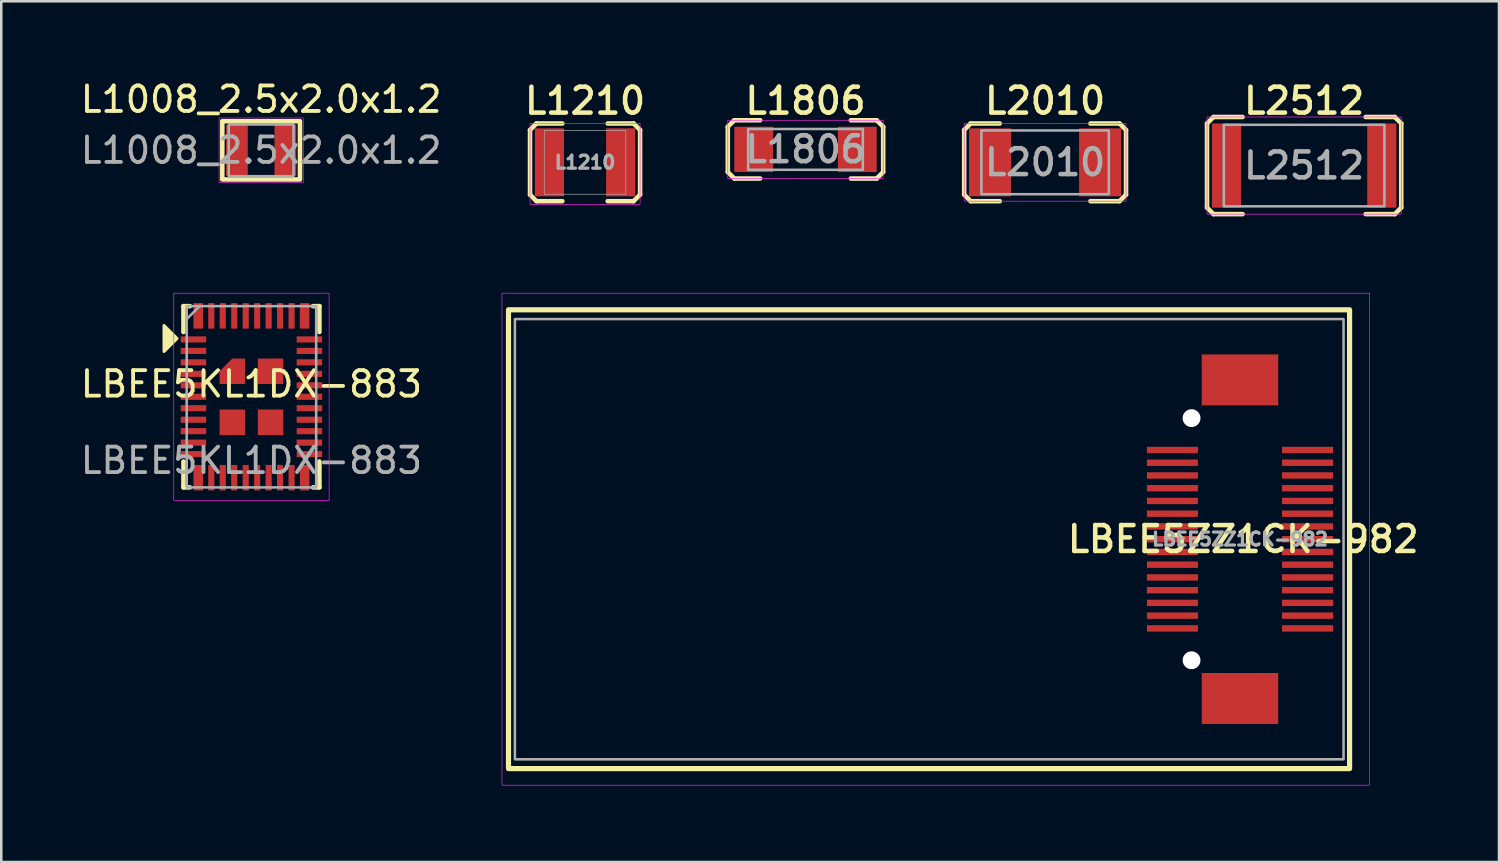
<source format=kicad_pcb>
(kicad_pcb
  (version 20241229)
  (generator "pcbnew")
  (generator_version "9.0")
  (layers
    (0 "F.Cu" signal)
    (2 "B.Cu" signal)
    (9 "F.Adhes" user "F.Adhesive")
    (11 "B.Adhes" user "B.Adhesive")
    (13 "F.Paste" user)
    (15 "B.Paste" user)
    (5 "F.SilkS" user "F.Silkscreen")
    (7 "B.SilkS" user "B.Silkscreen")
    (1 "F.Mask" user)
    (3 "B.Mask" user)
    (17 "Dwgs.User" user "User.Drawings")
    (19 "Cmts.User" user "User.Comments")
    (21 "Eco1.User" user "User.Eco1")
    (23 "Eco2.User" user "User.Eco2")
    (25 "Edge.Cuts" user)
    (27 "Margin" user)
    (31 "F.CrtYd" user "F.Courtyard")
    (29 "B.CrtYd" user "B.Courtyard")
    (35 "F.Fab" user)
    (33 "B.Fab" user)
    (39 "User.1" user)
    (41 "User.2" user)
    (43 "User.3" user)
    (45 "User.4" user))
  (footprint "L1008_2.5x2.0x1.2"
    (layer "F.Cu")
    (at 7.196 2.848)
    (property "Reference" "L1008_2.5x2.0x1.2" (at 0 -2 0) (unlocked yes) (layer "F.SilkS") (effects (font (size 1 1) (thickness 0.15))))
    (attr smd)
    (fp_rect (start -1.524 -1.143) (end 1.524 1.143) (stroke (width 0.178) (type solid)) (fill no) (layer "F.SilkS"))
    (fp_rect (start -1.651 -1.27) (end 1.651 1.27) (stroke (width 0.025) (type solid)) (fill no) (layer "F.CrtYd"))
    (fp_rect (start -1.27 -1.016) (end 1.27 1.016) (stroke (width 0.1) (type solid)) (fill no) (layer "F.Fab"))
    (fp_text user "${REFERENCE}" (at 0 0 0) (unlocked yes) (layer "F.Fab") (effects (font (size 1 1) (thickness 0.15))))
    (pad "1" smd rect (at -0.95 0) (size 0.85 2) (layers "F.Cu" "F.Mask" "F.Paste"))
    (pad "2" smd rect (at 0.95 0) (size 0.85 2) (layers "F.Cu" "F.Mask" "F.Paste")))
  (footprint "L2010"
    (layer "F.Cu")
    (at 37.954 3.319)
    (property "Reference" "L2010" (at 0 -2.413 0) (unlocked yes) (layer "F.SilkS") (effects (font (size 1.016 1.016) (thickness 0.178))))
    (attr smd)
    (fp_line (start -3.175 -1.27) (end -2.921 -1.524) (stroke (width 0.178) (type solid)) (layer "F.SilkS"))
    (fp_line (start -3.175 1.27) (end -3.175 -1.27) (stroke (width 0.178) (type solid)) (layer "F.SilkS"))
    (fp_line (start -2.921 -1.524) (end -1.778 -1.524) (stroke (width 0.178) (type solid)) (layer "F.SilkS"))
    (fp_line (start -2.921 1.524) (end -3.175 1.27) (stroke (width 0.178) (type solid)) (layer "F.SilkS"))
    (fp_line (start -2.921 1.524) (end -1.778 1.524) (stroke (width 0.178) (type solid)) (layer "F.SilkS"))
    (fp_line (start 1.778 -1.524) (end 2.921 -1.524) (stroke (width 0.178) (type solid)) (layer "F.SilkS"))
    (fp_line (start 1.778 1.524) (end 2.921 1.524) (stroke (width 0.178) (type solid)) (layer "F.SilkS"))
    (fp_line (start 2.921 -1.524) (end 3.175 -1.27) (stroke (width 0.178) (type solid)) (layer "F.SilkS"))
    (fp_line (start 2.921 1.524) (end 3.175 1.27) (stroke (width 0.178) (type solid)) (layer "F.SilkS"))
    (fp_line (start 3.175 1.27) (end 3.175 -1.27) (stroke (width 0.178) (type solid)) (layer "F.SilkS"))
    (fp_rect (start -3.175 -1.524) (end 3.175 1.524) (stroke (width 0.025) (type solid)) (fill no) (layer "F.CrtYd"))
    (fp_rect (start -2.5 -1.25) (end 2.5 1.25) (stroke (width 0.1) (type solid)) (fill no) (layer "F.Fab"))
    (fp_text user "${REFERENCE}" (at 0 0 0) (unlocked yes) (layer "F.Fab") (effects (font (size 1.016 1.016) (thickness 0.178))))
    (pad "1" smd rect (at -2.159 0) (size 1.651 2.667) (layers "F.Cu" "F.Mask" "F.Paste"))
    (pad "2" smd rect (at 2.159 0) (size 1.651 2.667) (layers "F.Cu" "F.Mask" "F.Paste")))
  (footprint "L2512"
    (layer "F.Cu")
    (at 48.117 3.446)
    (property "Reference" "L2512" (at 0 -2.54 0) (unlocked yes) (layer "F.SilkS") (effects (font (size 1.016 1.016) (thickness 0.178))))
    (attr smd)
    (fp_line (start -3.81 -1.651) (end -3.556 -1.905) (stroke (width 0.178) (type solid)) (layer "F.SilkS"))
    (fp_line (start -3.81 1.651) (end -3.81 -1.651) (stroke (width 0.178) (type solid)) (layer "F.SilkS"))
    (fp_line (start -3.556 -1.905) (end -2.413 -1.905) (stroke (width 0.178) (type solid)) (layer "F.SilkS"))
    (fp_line (start -3.556 1.905) (end -2.413 1.905) (stroke (width 0.178) (type solid)) (layer "F.SilkS"))
    (fp_line (start -3.556 1.905) (end -3.81 1.651) (stroke (width 0.178) (type solid)) (layer "F.SilkS"))
    (fp_line (start 2.413 -1.905) (end 3.556 -1.905) (stroke (width 0.178) (type solid)) (layer "F.SilkS"))
    (fp_line (start 2.413 1.905) (end 3.556 1.905) (stroke (width 0.178) (type solid)) (layer "F.SilkS"))
    (fp_line (start 3.556 -1.905) (end 3.81 -1.651) (stroke (width 0.178) (type solid)) (layer "F.SilkS"))
    (fp_line (start 3.556 1.905) (end 3.81 1.651) (stroke (width 0.178) (type solid)) (layer "F.SilkS"))
    (fp_line (start 3.81 1.651) (end 3.81 -1.651) (stroke (width 0.178) (type solid)) (layer "F.SilkS"))
    (fp_rect (start -3.81 1.905) (end 3.81 -1.905) (stroke (width 0.025) (type solid)) (fill no) (layer "F.CrtYd"))
    (fp_rect (start -3.15 -1.6) (end 3.15 1.6) (stroke (width 0.1) (type solid)) (fill no) (layer "F.Fab"))
    (fp_text user "${REFERENCE}" (at 0 0 0) (unlocked yes) (layer "F.Fab") (effects (font (size 1.016 1.016) (thickness 0.178))))
    (pad "1" smd rect (at -3.048 0) (size 1.143 3.302) (layers "F.Cu" "F.Mask" "F.Paste"))
    (pad "2" smd rect (at 3.048 0) (size 1.143 3.302) (layers "F.Cu" "F.Mask" "F.Paste")))
  (footprint "L1210"
    (layer "F.Cu")
    (at 19.904 3.319)
    (property "Reference" "L1210" (at 0 -2.413 0) (layer "F.SilkS") (effects (font (size 1.016 1.016) (thickness 0.178))))
    (attr smd)
    (fp_line (start -2.159 -1.27) (end -1.905 -1.524) (stroke (width 0.178) (type solid)) (layer "F.SilkS"))
    (fp_line (start -2.159 1.27) (end -2.159 -1.27) (stroke (width 0.178) (type solid)) (layer "F.SilkS"))
    (fp_line (start -1.905 -1.524) (end -0.889 -1.524) (stroke (width 0.178) (type solid)) (layer "F.SilkS"))
    (fp_line (start -1.905 1.524) (end -2.159 1.27) (stroke (width 0.178) (type solid)) (layer "F.SilkS"))
    (fp_line (start -1.905 1.524) (end -0.889 1.524) (stroke (width 0.178) (type solid)) (layer "F.SilkS"))
    (fp_line (start 0.889 -1.524) (end 1.905 -1.524) (stroke (width 0.178) (type solid)) (layer "F.SilkS"))
    (fp_line (start 0.889 1.524) (end 1.905 1.524) (stroke (width 0.178) (type solid)) (layer "F.SilkS"))
    (fp_line (start 1.905 -1.524) (end 2.159 -1.27) (stroke (width 0.178) (type solid)) (layer "F.SilkS"))
    (fp_line (start 1.905 1.524) (end 2.159 1.27) (stroke (width 0.178) (type solid)) (layer "F.SilkS"))
    (fp_line (start 2.159 1.27) (end 2.159 -1.27) (stroke (width 0.178) (type solid)) (layer "F.SilkS"))
    (fp_rect (start -2.159 -1.524) (end 2.159 1.651) (stroke (width 0.025) (type solid)) (fill no) (layer "F.CrtYd"))
    (fp_rect (start -1.6 -1.25) (end 1.6 1.25) (stroke (width 0.025) (type solid)) (fill no) (layer "F.Fab"))
    (fp_text user "${REFERENCE}" (at 0 0 0) (layer "F.Fab") (effects (font (size 0.508 0.508) (thickness 0.127))))
    (pad "1" smd rect (at -1.397 0) (size 1.143 2.667) (layers "F.Cu" "F.Mask" "F.Paste"))
    (pad "2" smd rect (at 1.397 0) (size 1.143 2.667) (layers "F.Cu" "F.Mask" "F.Paste")))
  (footprint "L1806"
    (layer "F.Cu")
    (at 28.553 2.811)
    (property "Reference" "L1806" (at 0 -1.905 0) (unlocked yes) (layer "F.SilkS") (effects (font (size 1.016 1.016) (thickness 0.178))))
    (attr smd)
    (fp_line (start -3.048 -0.889) (end -2.794 -1.143) (stroke (width 0.178) (type solid)) (layer "F.SilkS"))
    (fp_line (start -3.048 0.889) (end -3.048 -0.889) (stroke (width 0.178) (type solid)) (layer "F.SilkS"))
    (fp_line (start -2.794 -1.143) (end -1.778 -1.143) (stroke (width 0.178) (type solid)) (layer "F.SilkS"))
    (fp_line (start -2.794 1.143) (end -3.048 0.889) (stroke (width 0.178) (type solid)) (layer "F.SilkS"))
    (fp_line (start -2.794 1.143) (end -1.778 1.143) (stroke (width 0.178) (type solid)) (layer "F.SilkS"))
    (fp_line (start 1.778 -1.143) (end 2.794 -1.143) (stroke (width 0.178) (type solid)) (layer "F.SilkS"))
    (fp_line (start 1.778 1.143) (end 2.794 1.143) (stroke (width 0.178) (type solid)) (layer "F.SilkS"))
    (fp_line (start 2.794 -1.143) (end 3.048 -0.889) (stroke (width 0.178) (type solid)) (layer "F.SilkS"))
    (fp_line (start 2.794 1.143) (end 3.048 0.889) (stroke (width 0.178) (type solid)) (layer "F.SilkS"))
    (fp_line (start 3.048 0.889) (end 3.048 -0.889) (stroke (width 0.178) (type solid)) (layer "F.SilkS"))
    (fp_rect (start -3.048 -1.143) (end 3.048 1.143) (stroke (width 0.025) (type solid)) (fill no) (layer "F.CrtYd"))
    (fp_rect (start -2.25 -0.8) (end 2.25 0.8) (stroke (width 0.1) (type solid)) (fill no) (layer "F.Fab"))
    (fp_text user "${REFERENCE}" (at 0 0 0) (unlocked yes) (layer "F.Fab") (effects (font (size 1.016 1.016) (thickness 0.178))))
    (pad "1" smd rect (at -2.032 0) (size 1.524 1.778) (layers "F.Cu" "F.Mask" "F.Paste"))
    (pad "2" smd rect (at 2.032 0) (size 1.524 1.778) (layers "F.Cu" "F.Mask" "F.Paste")))
  (footprint "LBEE5KL1DX-883"
    (layer "F.Cu")
    (at 6.815 12.517)
    (property "Reference" "LBEE5KL1DX-883" (at 0 -0.5 0) (unlocked yes) (layer "F.SilkS") (effects (font (size 1 1) (thickness 0.15))))
    (attr smd)
    (fp_line (start -2.667 -3.556) (end -2.413 -3.556) (stroke (width 0.178) (type solid)) (layer "F.SilkS"))
    (fp_line (start -2.667 -2.54) (end -2.667 -3.556) (stroke (width 0.178) (type solid)) (layer "F.SilkS"))
    (fp_line (start -2.667 2.54) (end -2.667 3.556) (stroke (width 0.178) (type solid)) (layer "F.SilkS"))
    (fp_line (start -2.667 3.556) (end -2.413 3.556) (stroke (width 0.178) (type solid)) (layer "F.SilkS"))
    (fp_line (start 2.413 3.556) (end 2.667 3.556) (stroke (width 0.178) (type solid)) (layer "F.SilkS"))
    (fp_line (start 2.667 -3.556) (end 2.413 -3.556) (stroke (width 0.178) (type solid)) (layer "F.SilkS"))
    (fp_line (start 2.667 -2.54) (end 2.667 -3.556) (stroke (width 0.178) (type solid)) (layer "F.SilkS"))
    (fp_line (start 2.667 3.556) (end 2.667 2.54) (stroke (width 0.178) (type solid)) (layer "F.SilkS"))
    (fp_poly (pts (xy -2.921 -2.286) (xy -3.429 -1.778) (xy -3.429 -2.794)) (stroke (width 0.12) (type solid)) (fill yes) (layer "F.SilkS"))
    (fp_rect (start -3.048 4.064) (end 3.048 -4.064) (stroke (width 0.025) (type solid)) (fill no) (layer "F.CrtYd"))
    (fp_line (start -2.54 -3.048) (end -2.032 -3.556) (stroke (width 0.1) (type solid)) (layer "F.Fab"))
    (fp_rect (start -2.54 -3.556) (end 2.54 3.556) (stroke (width 0.1) (type solid)) (fill no) (layer "F.Fab"))
    (fp_text user "${REFERENCE}" (at 0 2.5 0) (unlocked yes) (layer "F.Fab") (effects (font (size 1 1) (thickness 0.15))))
    (pad "1" smd rect (at -2.275 -2.25) (size 1 0.24) (layers "F.Cu" "F.Mask" "F.Paste"))
    (pad "2" smd rect (at -2.275 -1.8) (size 1 0.24) (layers "F.Cu" "F.Mask" "F.Paste"))
    (pad "3" smd rect (at -2.275 -1.35) (size 1 0.24) (layers "F.Cu" "F.Mask" "F.Paste"))
    (pad "4" smd rect (at -2.275 -0.9) (size 1 0.24) (layers "F.Cu" "F.Mask" "F.Paste"))
    (pad "5" smd rect (at -2.275 -0.45) (size 1 0.24) (layers "F.Cu" "F.Mask" "F.Paste"))
    (pad "6" smd rect (at -2.275 0) (size 1 0.24) (layers "F.Cu" "F.Mask" "F.Paste"))
    (pad "7" smd rect (at -2.275 0.45) (size 1 0.24) (layers "F.Cu" "F.Mask" "F.Paste"))
    (pad "8" smd rect (at -2.275 0.9) (size 1 0.24) (layers "F.Cu" "F.Mask" "F.Paste"))
    (pad "9" smd rect (at -2.275 1.35) (size 1 0.24) (layers "F.Cu" "F.Mask" "F.Paste"))
    (pad "10" smd rect (at -2.275 1.8) (size 1 0.24) (layers "F.Cu" "F.Mask" "F.Paste"))
    (pad "11" smd rect (at -2.275 2.25) (size 1 0.24) (layers "F.Cu" "F.Mask" "F.Paste"))
    (pad "12" smd rect (at -2.087 3.175) (size 0.374 1) (layers "F.Cu" "F.Mask" "F.Paste"))
    (pad "13" smd rect (at -1.575 3.175 90) (size 1 0.24) (layers "F.Cu" "F.Mask" "F.Paste"))
    (pad "14" smd rect (at -1.125 3.175 90) (size 1 0.24) (layers "F.Cu" "F.Mask" "F.Paste"))
    (pad "15" smd rect (at -0.675 3.175 90) (size 1 0.24) (layers "F.Cu" "F.Mask" "F.Paste"))
    (pad "16" smd rect (at -0.225 3.175 90) (size 1 0.24) (layers "F.Cu" "F.Mask" "F.Paste"))
    (pad "17" smd rect (at 0.225 3.175 90) (size 1 0.24) (layers "F.Cu" "F.Mask" "F.Paste"))
    (pad "18" smd rect (at 0.675 3.175 90) (size 1 0.24) (layers "F.Cu" "F.Mask" "F.Paste"))
    (pad "19" smd rect (at 1.125 3.175 90) (size 1 0.24) (layers "F.Cu" "F.Mask" "F.Paste"))
    (pad "20" smd rect (at 1.575 3.175 90) (size 1 0.24) (layers "F.Cu" "F.Mask" "F.Paste"))
    (pad "21" smd rect (at 2.087 3.175) (size 0.374 1) (layers "F.Cu" "F.Mask" "F.Paste"))
    (pad "22" smd rect (at 2.275 2.25) (size 1 0.24) (layers "F.Cu" "F.Mask" "F.Paste"))
    (pad "23" smd rect (at 2.275 1.8) (size 1 0.24) (layers "F.Cu" "F.Mask" "F.Paste"))
    (pad "24" smd rect (at 2.275 1.35) (size 1 0.24) (layers "F.Cu" "F.Mask" "F.Paste"))
    (pad "25" smd rect (at 2.275 0.9) (size 1 0.24) (layers "F.Cu" "F.Mask" "F.Paste"))
    (pad "26" smd rect (at 2.275 0.45) (size 1 0.24) (layers "F.Cu" "F.Mask" "F.Paste"))
    (pad "27" smd rect (at 2.275 0) (size 1 0.24) (layers "F.Cu" "F.Mask" "F.Paste"))
    (pad "28" smd rect (at 2.275 -0.45) (size 1 0.24) (layers "F.Cu" "F.Mask" "F.Paste"))
    (pad "29" smd rect (at 2.275 -0.9) (size 1 0.24) (layers "F.Cu" "F.Mask" "F.Paste"))
    (pad "30" smd rect (at 2.275 -1.35) (size 1 0.24) (layers "F.Cu" "F.Mask" "F.Paste"))
    (pad "31" smd rect (at 2.275 -1.8) (size 1 0.24) (layers "F.Cu" "F.Mask" "F.Paste"))
    (pad "32" smd rect (at 2.275 -2.25) (size 1 0.24) (layers "F.Cu" "F.Mask" "F.Paste"))
    (pad "33" smd rect (at 2.087 -3.175) (size 0.374 1) (layers "F.Cu" "F.Mask" "F.Paste"))
    (pad "34" smd rect (at 1.575 -3.175 90) (size 1 0.24) (layers "F.Cu" "F.Mask" "F.Paste"))
    (pad "35" smd rect (at 1.125 -3.175 90) (size 1 0.24) (layers "F.Cu" "F.Mask" "F.Paste"))
    (pad "36" smd rect (at 0.675 -3.175 90) (size 1 0.24) (layers "F.Cu" "F.Mask" "F.Paste"))
    (pad "37" smd rect (at 0.225 -3.175 90) (size 1 0.24) (layers "F.Cu" "F.Mask" "F.Paste"))
    (pad "38" smd rect (at -0.225 -3.175 90) (size 1 0.24) (layers "F.Cu" "F.Mask" "F.Paste"))
    (pad "39" smd rect (at -0.675 -3.175 90) (size 1 0.24) (layers "F.Cu" "F.Mask" "F.Paste"))
    (pad "40" smd rect (at -1.125 -3.175 90) (size 1 0.24) (layers "F.Cu" "F.Mask" "F.Paste"))
    (pad "41" smd rect (at -1.575 -3.175 90) (size 1 0.24) (layers "F.Cu" "F.Mask" "F.Paste"))
    (pad "42" smd rect (at -2.087 -3.175) (size 0.374 1) (layers "F.Cu" "F.Mask" "F.Paste"))
    (pad "43" smd roundrect (at -0.75 -1) (size 1 1) (layers "F.Cu" "F.Mask" "F.Paste") (roundrect_rratio 0) (chamfer_ratio 0.5) (chamfer top_left))
    (pad "43" smd rect (at -0.75 1) (size 1 1) (layers "F.Cu" "F.Mask" "F.Paste"))
    (pad "43" smd rect (at 0.75 -1) (size 1 1) (layers "F.Cu" "F.Mask" "F.Paste"))
    (pad "43" smd rect (at 0.75 1) (size 1 1) (layers "F.Cu" "F.Mask" "F.Paste")))
  (footprint "LBEE5ZZ1CK-982"
    (layer "F.Cu")
    (at 45.6 18.105)
    (property "Reference" "LBEE5ZZ1CK-982" (at 0.127 0 0) (layer "F.SilkS") (effects (font (size 1.016 1.016) (thickness 0.178))))
    (attr smd)
    (fp_rect (start -28.7 -9) (end 4.3 9) (stroke (width 0.203) (type solid)) (fill no) (layer "F.SilkS"))
    (fp_rect (start -28.956 -9.652) (end 5.08 9.652) (stroke (width 0.025) (type solid)) (fill no) (layer "F.CrtYd"))
    (fp_rect (start -28.448 -8.636) (end 4.064 8.636) (stroke (width 0.1) (type solid)) (fill no) (layer "F.Fab"))
    (fp_text user "${REFERENCE}" (at 0 0 0) (layer "F.Fab") (effects (font (size 0.508 0.508) (thickness 0.127))))
    (pad "" np_thru_hole circle (at -1.9 -4.75) (size 0.7 0.7) (drill 0.7) (layers "*.Cu" "*.Mask"))
    (pad "" np_thru_hole circle (at -1.9 4.75) (size 0.7 0.7) (drill 0.7) (layers "*.Cu" "*.Mask"))
    (pad "1" smd rect (at -2.65 -3.5) (size 2 0.25) (layers "F.Cu" "F.Mask" "F.Paste"))
    (pad "2" smd rect (at -2.65 -3) (size 2 0.25) (layers "F.Cu" "F.Mask" "F.Paste"))
    (pad "3" smd rect (at -2.65 -2.5) (size 2 0.25) (layers "F.Cu" "F.Mask" "F.Paste"))
    (pad "4" smd rect (at -2.65 -2) (size 2 0.25) (layers "F.Cu" "F.Mask" "F.Paste"))
    (pad "5" smd rect (at -2.65 -1.5) (size 2 0.25) (layers "F.Cu" "F.Mask" "F.Paste"))
    (pad "6" smd rect (at -2.65 -1) (size 2 0.25) (layers "F.Cu" "F.Mask" "F.Paste"))
    (pad "7" smd rect (at -2.65 -0.5) (size 2 0.25) (layers "F.Cu" "F.Mask" "F.Paste"))
    (pad "8" smd rect (at -2.65 0) (size 2 0.25) (layers "F.Cu" "F.Mask" "F.Paste"))
    (pad "9" smd rect (at -2.65 0.5) (size 2 0.25) (layers "F.Cu" "F.Mask" "F.Paste"))
    (pad "10" smd rect (at -2.65 1) (size 2 0.25) (layers "F.Cu" "F.Mask" "F.Paste"))
    (pad "11" smd rect (at -2.65 1.5) (size 2 0.25) (layers "F.Cu" "F.Mask" "F.Paste"))
    (pad "12" smd rect (at -2.65 2) (size 2 0.25) (layers "F.Cu" "F.Mask" "F.Paste"))
    (pad "13" smd rect (at -2.65 2.5) (size 2 0.25) (layers "F.Cu" "F.Mask" "F.Paste"))
    (pad "14" smd rect (at -2.65 3) (size 2 0.25) (layers "F.Cu" "F.Mask" "F.Paste"))
    (pad "15" smd rect (at -2.65 3.5) (size 2 0.25) (layers "F.Cu" "F.Mask" "F.Paste"))
    (pad "16" smd rect (at 2.65 3.5) (size 2 0.25) (layers "F.Cu" "F.Mask" "F.Paste"))
    (pad "17" smd rect (at 2.65 3) (size 2 0.25) (layers "F.Cu" "F.Mask" "F.Paste"))
    (pad "18" smd rect (at 2.65 2.5) (size 2 0.25) (layers "F.Cu" "F.Mask" "F.Paste"))
    (pad "19" smd rect (at 2.65 2) (size 2 0.25) (layers "F.Cu" "F.Mask" "F.Paste"))
    (pad "20" smd rect (at 2.65 1.5) (size 2 0.25) (layers "F.Cu" "F.Mask" "F.Paste"))
    (pad "21" smd rect (at 2.65 1) (size 2 0.25) (layers "F.Cu" "F.Mask" "F.Paste"))
    (pad "22" smd rect (at 2.65 0.5) (size 2 0.25) (layers "F.Cu" "F.Mask" "F.Paste"))
    (pad "23" smd rect (at 2.65 0) (size 2 0.25) (layers "F.Cu" "F.Mask" "F.Paste"))
    (pad "24" smd rect (at 2.65 -0.5) (size 2 0.25) (layers "F.Cu" "F.Mask" "F.Paste"))
    (pad "25" smd rect (at 2.65 -1) (size 2 0.25) (layers "F.Cu" "F.Mask" "F.Paste"))
    (pad "26" smd rect (at 2.65 -1.5) (size 2 0.25) (layers "F.Cu" "F.Mask" "F.Paste"))
    (pad "27" smd rect (at 2.65 -2) (size 2 0.25) (layers "F.Cu" "F.Mask" "F.Paste"))
    (pad "28" smd rect (at 2.65 -2.5) (size 2 0.25) (layers "F.Cu" "F.Mask" "F.Paste"))
    (pad "29" smd rect (at 2.65 -3) (size 2 0.25) (layers "F.Cu" "F.Mask" "F.Paste"))
    (pad "30" smd rect (at 2.65 -3.5) (size 2 0.25) (layers "F.Cu" "F.Mask" "F.Paste"))
    (pad "31" smd rect (at 0 -6.25) (size 3 2) (layers "F.Cu" "F.Mask" "F.Paste"))
    (pad "31" smd rect (at 0 6.25) (size 3 2) (layers "F.Cu" "F.Mask" "F.Paste")))
  (gr_rect
    (start -3 -3)
    (end 55.762 30.77)
    (stroke (width 0.1) (type default))
    (fill no)
    (layer "Edge.Cuts")))
</source>
